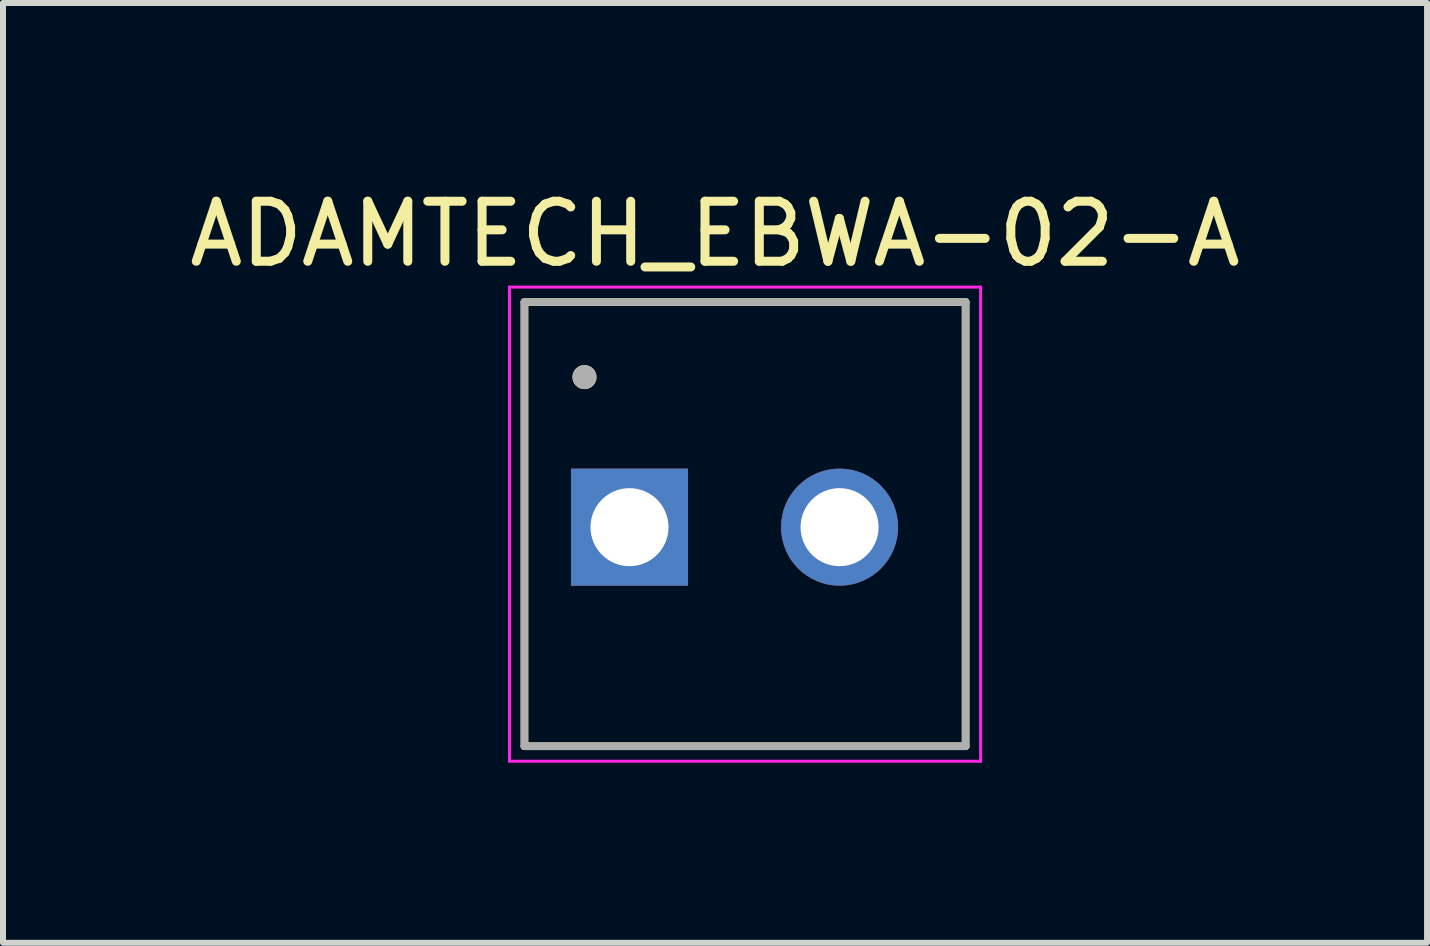
<source format=kicad_pcb>
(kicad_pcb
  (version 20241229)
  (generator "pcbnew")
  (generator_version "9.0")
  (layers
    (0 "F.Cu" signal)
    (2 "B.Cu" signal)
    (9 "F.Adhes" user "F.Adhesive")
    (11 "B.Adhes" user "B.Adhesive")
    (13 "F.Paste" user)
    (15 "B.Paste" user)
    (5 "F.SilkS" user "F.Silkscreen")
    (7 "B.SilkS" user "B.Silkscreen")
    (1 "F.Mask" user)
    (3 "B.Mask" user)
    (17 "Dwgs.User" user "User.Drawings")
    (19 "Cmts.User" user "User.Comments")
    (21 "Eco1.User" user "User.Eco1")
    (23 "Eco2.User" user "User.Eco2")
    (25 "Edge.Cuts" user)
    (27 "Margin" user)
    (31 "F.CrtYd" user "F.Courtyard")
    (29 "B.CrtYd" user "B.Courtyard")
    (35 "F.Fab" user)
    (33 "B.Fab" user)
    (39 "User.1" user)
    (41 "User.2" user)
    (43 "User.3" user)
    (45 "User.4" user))
  (footprint "ADAMTECH_EBWA-02-A"
    (layer "F.Cu")
    (at 9.188 5.733)
    (property "Reference" "ADAMTECH_EBWA-02-A" (at -0.325 -4.885 0) (layer "F.SilkS") (effects (font (size 1 1) (thickness 0.15))))
    (attr through_hole)
    (fp_line (start -3.5 -3.75) (end 3.85 -3.75) (stroke (width 0.127) (type solid)) (layer "F.SilkS"))
    (fp_line (start -3.5 3.65) (end -3.5 -3.75) (stroke (width 0.127) (type solid)) (layer "F.SilkS"))
    (fp_line (start 3.85 -3.75) (end 3.85 3.65) (stroke (width 0.127) (type solid)) (layer "F.SilkS"))
    (fp_line (start 3.85 3.65) (end -3.5 3.65) (stroke (width 0.127) (type solid)) (layer "F.SilkS"))
    (fp_circle (center -2.5 -2.5) (end -2.4 -2.5) (stroke (width 0.2) (type solid)) (fill no) (layer "F.SilkS"))
    (fp_line (start -3.75 -4) (end -3.75 3.9) (stroke (width 0.05) (type solid)) (layer "F.CrtYd"))
    (fp_line (start -3.75 3.9) (end 4.1 3.9) (stroke (width 0.05) (type solid)) (layer "F.CrtYd"))
    (fp_line (start 4.1 -4) (end -3.75 -4) (stroke (width 0.05) (type solid)) (layer "F.CrtYd"))
    (fp_line (start 4.1 3.9) (end 4.1 -4) (stroke (width 0.05) (type solid)) (layer "F.CrtYd"))
    (fp_line (start -3.5 -3.75) (end 3.85 -3.75) (stroke (width 0.127) (type solid)) (layer "F.Fab"))
    (fp_line (start -3.5 3.65) (end -3.5 -3.75) (stroke (width 0.127) (type solid)) (layer "F.Fab"))
    (fp_line (start 3.85 -3.75) (end 3.85 3.65) (stroke (width 0.127) (type solid)) (layer "F.Fab"))
    (fp_line (start 3.85 3.65) (end -3.5 3.65) (stroke (width 0.127) (type solid)) (layer "F.Fab"))
    (fp_circle (center -2.5 -2.5) (end -2.4 -2.5) (stroke (width 0.2) (type solid)) (fill no) (layer "F.Fab"))
    (pad "1" thru_hole rect (at -1.75 0) (size 1.95 1.95) (drill 1.3) (layers "*.Cu" "*.Mask"))
    (pad "2" thru_hole circle (at 1.75 0) (size 1.95 1.95) (drill 1.3) (layers "*.Cu" "*.Mask")))
  (gr_rect
    (start -3 -3)
    (end 20.726 12.658)
    (stroke (width 0.1) (type default))
    (fill no)
    (layer "Edge.Cuts")))
</source>
